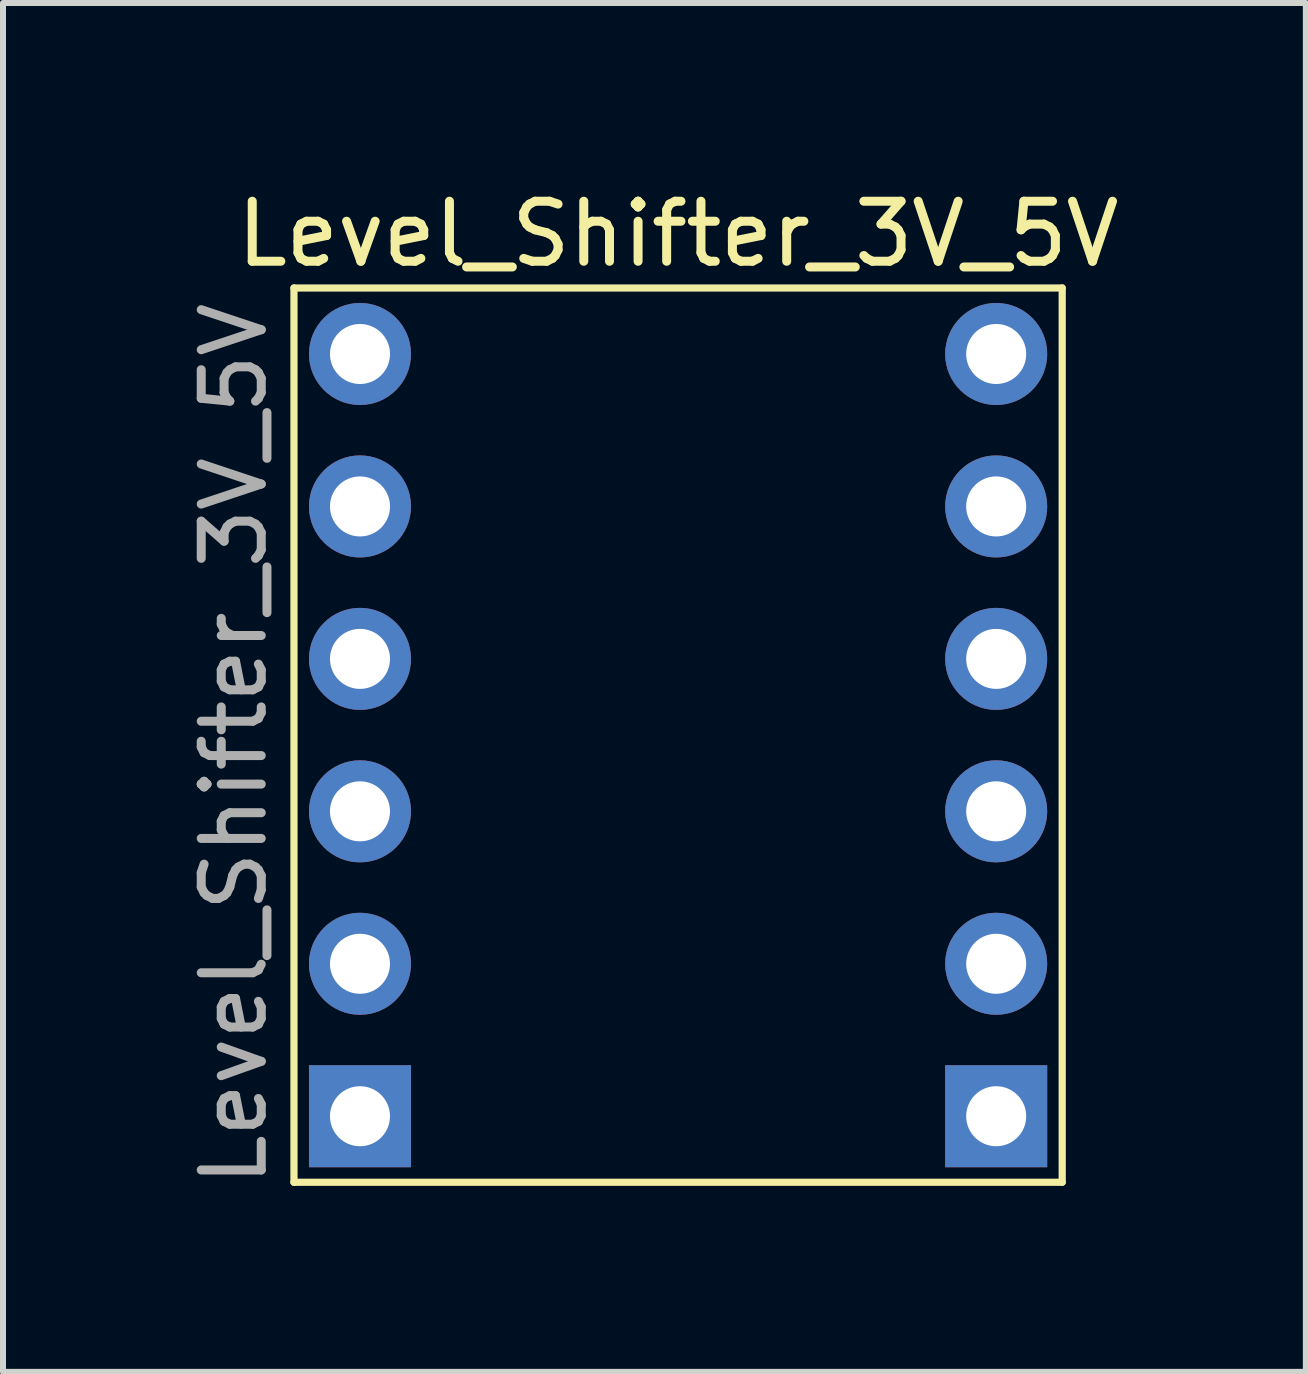
<source format=kicad_pcb>
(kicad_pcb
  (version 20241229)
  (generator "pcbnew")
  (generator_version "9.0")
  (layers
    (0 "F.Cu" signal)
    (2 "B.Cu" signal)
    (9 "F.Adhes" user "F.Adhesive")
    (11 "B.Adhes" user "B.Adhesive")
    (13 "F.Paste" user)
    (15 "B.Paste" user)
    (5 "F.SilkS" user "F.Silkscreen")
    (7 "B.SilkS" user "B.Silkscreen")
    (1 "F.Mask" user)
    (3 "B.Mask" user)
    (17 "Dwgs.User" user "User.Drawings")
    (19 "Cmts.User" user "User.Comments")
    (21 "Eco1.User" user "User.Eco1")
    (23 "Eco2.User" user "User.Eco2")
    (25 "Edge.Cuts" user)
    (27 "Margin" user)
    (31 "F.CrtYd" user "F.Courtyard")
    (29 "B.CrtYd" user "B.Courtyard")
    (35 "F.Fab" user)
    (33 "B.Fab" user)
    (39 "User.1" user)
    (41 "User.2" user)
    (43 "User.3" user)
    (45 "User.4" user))
  (footprint "Level_Shifter_3V_5V"
    (layer "F.Cu")
    (at 8.248 9.348)
    (property "Reference" "Level_Shifter_3V_5V" (at 0 -8.5 0) (layer "F.SilkS") (effects (font (size 1 1) (thickness 0.15))))
    (attr through_hole)
    (fp_line (start -6.4 -7.6) (end 6.4 -7.6) (stroke (width 0.12) (type solid)) (layer "F.SilkS"))
    (fp_line (start -6.4 7.3) (end -6.4 -7.6) (stroke (width 0.12) (type solid)) (layer "F.SilkS"))
    (fp_line (start 6.4 -7.6) (end 6.4 7.3) (stroke (width 0.12) (type solid)) (layer "F.SilkS"))
    (fp_line (start 6.4 7.3) (end -6.4 7.3) (stroke (width 0.12) (type solid)) (layer "F.SilkS"))
    (fp_text user "${REFERENCE}" (at -7.4 0 90) (layer "F.Fab") (effects (font (size 1 1) (thickness 0.15))))
    (pad "1" thru_hole oval (at -5.3 -6.5 180) (size 1.7 1.7) (drill 1) (layers "*.Cu" "*.Mask"))
    (pad "2" thru_hole oval (at 5.3 -6.5 180) (size 1.7 1.7) (drill 1) (layers "*.Cu" "*.Mask"))
    (pad "3" thru_hole oval (at -5.3 -3.96 180) (size 1.7 1.7) (drill 1) (layers "*.Cu" "*.Mask"))
    (pad "4" thru_hole oval (at 5.3 -3.96 180) (size 1.7 1.7) (drill 1) (layers "*.Cu" "*.Mask"))
    (pad "5" thru_hole oval (at -5.3 -1.42 180) (size 1.7 1.7) (drill 1) (layers "*.Cu" "*.Mask"))
    (pad "6" thru_hole oval (at 5.3 -1.42 180) (size 1.7 1.7) (drill 1) (layers "*.Cu" "*.Mask"))
    (pad "7" thru_hole oval (at -5.3 1.12 180) (size 1.7 1.7) (drill 1) (layers "*.Cu" "*.Mask"))
    (pad "8" thru_hole oval (at 5.3 1.12 180) (size 1.7 1.7) (drill 1) (layers "*.Cu" "*.Mask"))
    (pad "9" thru_hole oval (at -5.3 3.66 180) (size 1.7 1.7) (drill 1) (layers "*.Cu" "*.Mask"))
    (pad "10" thru_hole oval (at 5.3 3.66 180) (size 1.7 1.7) (drill 1) (layers "*.Cu" "*.Mask"))
    (pad "11" thru_hole rect (at -5.3 6.2 180) (size 1.7 1.7) (drill 1) (layers "*.Cu" "*.Mask"))
    (pad "12" thru_hole rect (at 5.3 6.2 180) (size 1.7 1.7) (drill 1) (layers "*.Cu" "*.Mask")))
  (gr_rect
    (start -3 -3)
    (end 18.707 19.807)
    (stroke (width 0.1) (type default))
    (fill no)
    (layer "Edge.Cuts")))
</source>
